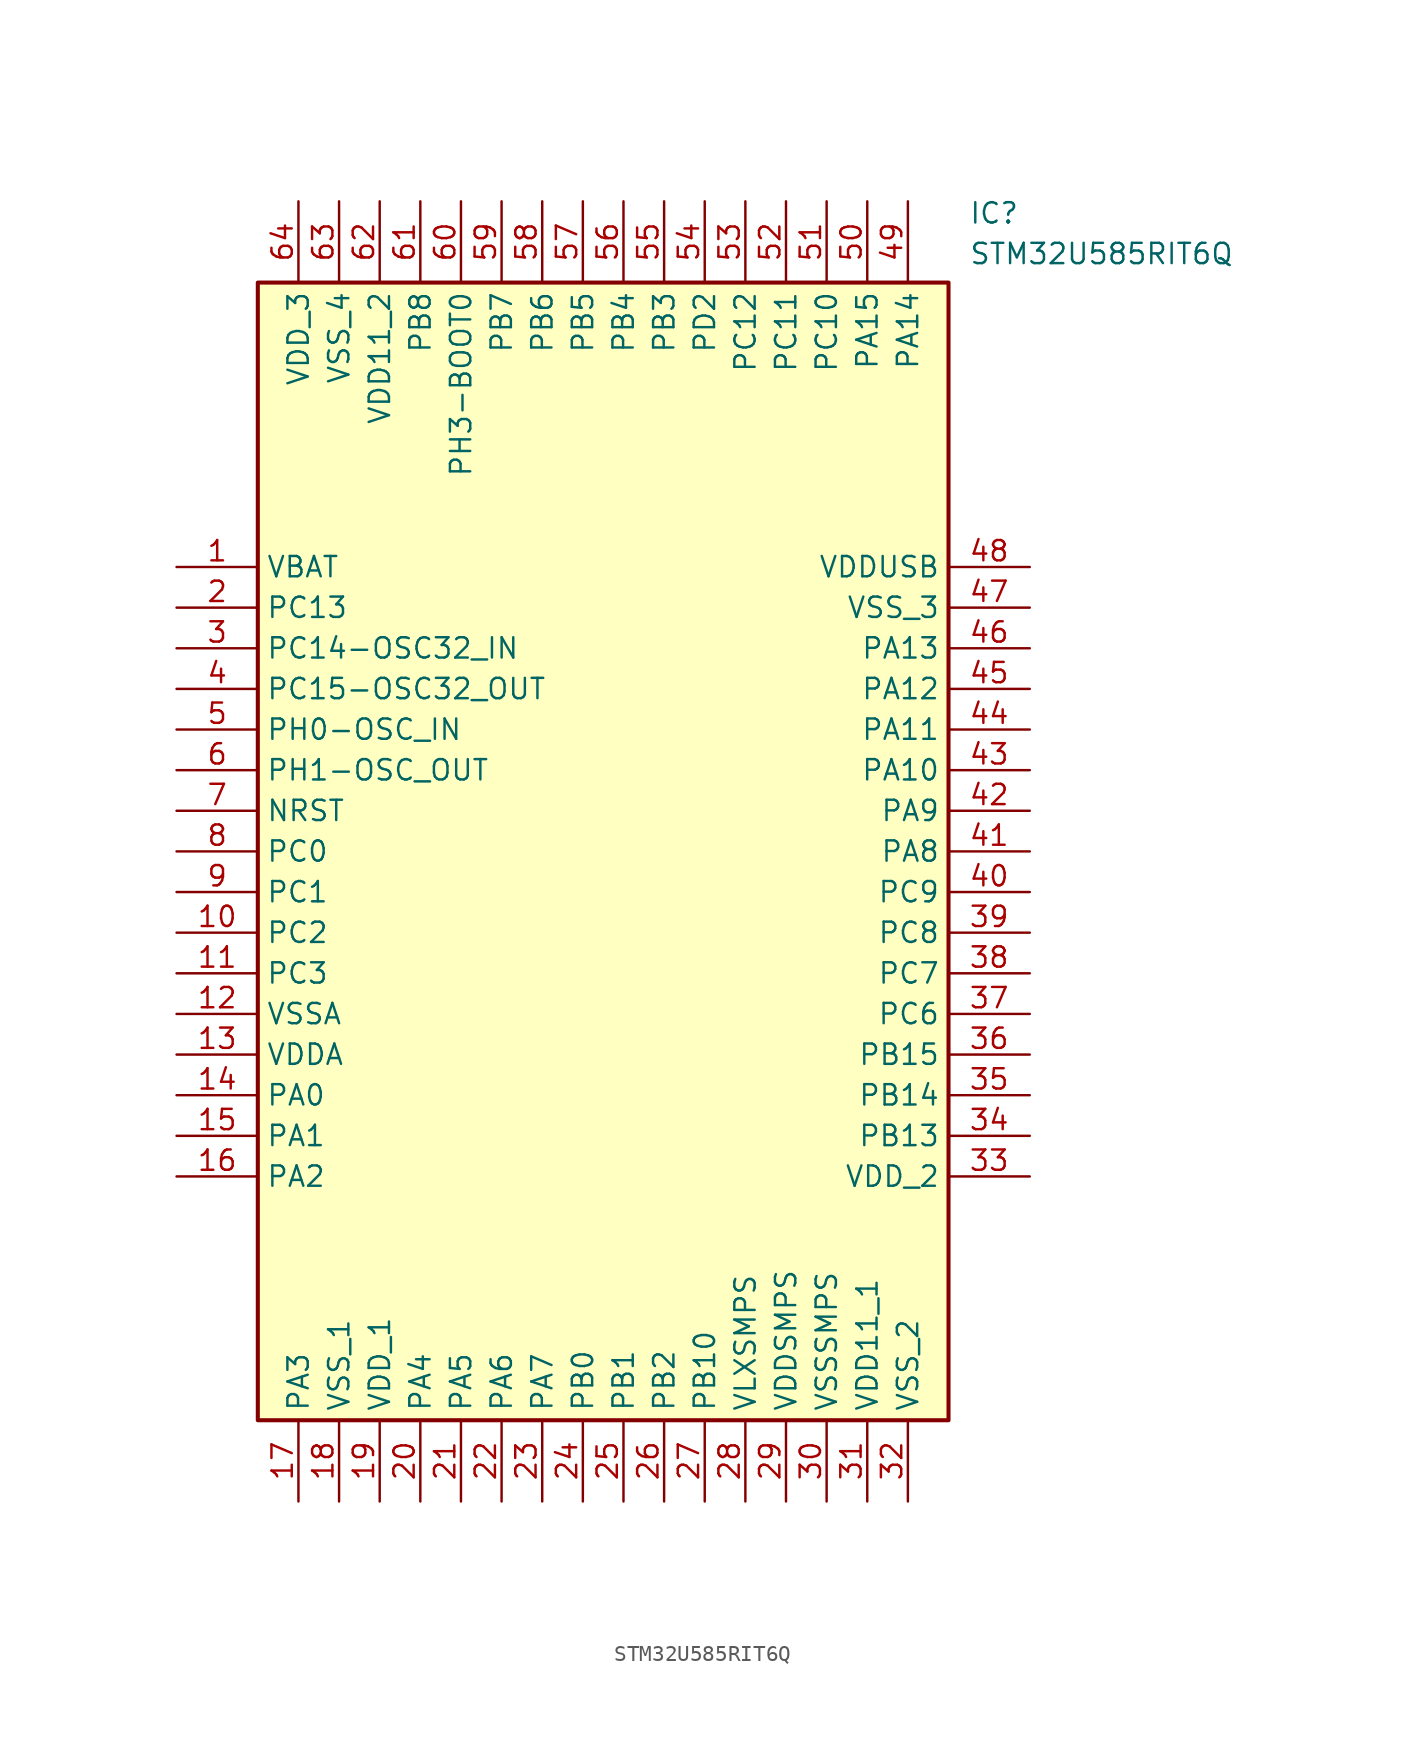
<source format=kicad_sym>
(kicad_symbol_lib
  (version 20211014)
  (generator SamacSys_ECAD_Model)
  (symbol "STM32U585RIT6Q"
    (property "Reference" "IC"
      (at 49.53 22.86 0)
      (effects (font (size 1.27 1.27)) (justify left top)))
    (property "Value" "STM32U585RIT6Q"
      (at 49.53 20.32 0)
      (effects (font (size 1.27 1.27)) (justify left top)))
    (rectangle
      (start 5.08 17.78)
      (end 48.26 -53.34)
      (stroke (width 0.254) (type default))
      (fill (type background)))
    (pin passive line
      (at 0 0 0)
      (length 5.08)
      (name "VBAT" (effects (font (size 1.27 1.27))))
      (number "1" (effects (font (size 1.27 1.27)))))
    (pin passive line
      (at 0 -2.54 0)
      (length 5.08)
      (name "PC13" (effects (font (size 1.27 1.27))))
      (number "2" (effects (font (size 1.27 1.27)))))
    (pin passive line
      (at 0 -5.08 0)
      (length 5.08)
      (name "PC14-OSC32_IN" (effects (font (size 1.27 1.27))))
      (number "3" (effects (font (size 1.27 1.27)))))
    (pin passive line
      (at 0 -7.62 0)
      (length 5.08)
      (name "PC15-OSC32_OUT" (effects (font (size 1.27 1.27))))
      (number "4" (effects (font (size 1.27 1.27)))))
    (pin passive line
      (at 0 -10.16 0)
      (length 5.08)
      (name "PH0-OSC_IN" (effects (font (size 1.27 1.27))))
      (number "5" (effects (font (size 1.27 1.27)))))
    (pin passive line
      (at 0 -12.7 0)
      (length 5.08)
      (name "PH1-OSC_OUT" (effects (font (size 1.27 1.27))))
      (number "6" (effects (font (size 1.27 1.27)))))
    (pin passive line
      (at 0 -15.24 0)
      (length 5.08)
      (name "NRST" (effects (font (size 1.27 1.27))))
      (number "7" (effects (font (size 1.27 1.27)))))
    (pin passive line
      (at 0 -17.78 0)
      (length 5.08)
      (name "PC0" (effects (font (size 1.27 1.27))))
      (number "8" (effects (font (size 1.27 1.27)))))
    (pin passive line
      (at 0 -20.32 0)
      (length 5.08)
      (name "PC1" (effects (font (size 1.27 1.27))))
      (number "9" (effects (font (size 1.27 1.27)))))
    (pin passive line
      (at 0 -22.86 0)
      (length 5.08)
      (name "PC2" (effects (font (size 1.27 1.27))))
      (number "10" (effects (font (size 1.27 1.27)))))
    (pin passive line
      (at 0 -25.4 0)
      (length 5.08)
      (name "PC3" (effects (font (size 1.27 1.27))))
      (number "11" (effects (font (size 1.27 1.27)))))
    (pin passive line
      (at 0 -27.94 0)
      (length 5.08)
      (name "VSSA" (effects (font (size 1.27 1.27))))
      (number "12" (effects (font (size 1.27 1.27)))))
    (pin passive line
      (at 0 -30.48 0)
      (length 5.08)
      (name "VDDA" (effects (font (size 1.27 1.27))))
      (number "13" (effects (font (size 1.27 1.27)))))
    (pin passive line
      (at 0 -33.02 0)
      (length 5.08)
      (name "PA0" (effects (font (size 1.27 1.27))))
      (number "14" (effects (font (size 1.27 1.27)))))
    (pin passive line
      (at 0 -35.56 0)
      (length 5.08)
      (name "PA1" (effects (font (size 1.27 1.27))))
      (number "15" (effects (font (size 1.27 1.27)))))
    (pin passive line
      (at 0 -38.1 0)
      (length 5.08)
      (name "PA2" (effects (font (size 1.27 1.27))))
      (number "16" (effects (font (size 1.27 1.27)))))
    (pin passive line
      (at 7.62 -58.42 90)
      (length 5.08)
      (name "PA3" (effects (font (size 1.27 1.27))))
      (number "17" (effects (font (size 1.27 1.27)))))
    (pin passive line
      (at 10.16 -58.42 90)
      (length 5.08)
      (name "VSS_1" (effects (font (size 1.27 1.27))))
      (number "18" (effects (font (size 1.27 1.27)))))
    (pin passive line
      (at 12.7 -58.42 90)
      (length 5.08)
      (name "VDD_1" (effects (font (size 1.27 1.27))))
      (number "19" (effects (font (size 1.27 1.27)))))
    (pin passive line
      (at 15.24 -58.42 90)
      (length 5.08)
      (name "PA4" (effects (font (size 1.27 1.27))))
      (number "20" (effects (font (size 1.27 1.27)))))
    (pin passive line
      (at 17.78 -58.42 90)
      (length 5.08)
      (name "PA5" (effects (font (size 1.27 1.27))))
      (number "21" (effects (font (size 1.27 1.27)))))
    (pin passive line
      (at 20.32 -58.42 90)
      (length 5.08)
      (name "PA6" (effects (font (size 1.27 1.27))))
      (number "22" (effects (font (size 1.27 1.27)))))
    (pin passive line
      (at 22.86 -58.42 90)
      (length 5.08)
      (name "PA7" (effects (font (size 1.27 1.27))))
      (number "23" (effects (font (size 1.27 1.27)))))
    (pin passive line
      (at 25.4 -58.42 90)
      (length 5.08)
      (name "PB0" (effects (font (size 1.27 1.27))))
      (number "24" (effects (font (size 1.27 1.27)))))
    (pin passive line
      (at 27.94 -58.42 90)
      (length 5.08)
      (name "PB1" (effects (font (size 1.27 1.27))))
      (number "25" (effects (font (size 1.27 1.27)))))
    (pin passive line
      (at 30.48 -58.42 90)
      (length 5.08)
      (name "PB2" (effects (font (size 1.27 1.27))))
      (number "26" (effects (font (size 1.27 1.27)))))
    (pin passive line
      (at 33.02 -58.42 90)
      (length 5.08)
      (name "PB10" (effects (font (size 1.27 1.27))))
      (number "27" (effects (font (size 1.27 1.27)))))
    (pin passive line
      (at 35.56 -58.42 90)
      (length 5.08)
      (name "VLXSMPS" (effects (font (size 1.27 1.27))))
      (number "28" (effects (font (size 1.27 1.27)))))
    (pin passive line
      (at 38.1 -58.42 90)
      (length 5.08)
      (name "VDDSMPS" (effects (font (size 1.27 1.27))))
      (number "29" (effects (font (size 1.27 1.27)))))
    (pin passive line
      (at 40.64 -58.42 90)
      (length 5.08)
      (name "VSSSMPS" (effects (font (size 1.27 1.27))))
      (number "30" (effects (font (size 1.27 1.27)))))
    (pin passive line
      (at 43.18 -58.42 90)
      (length 5.08)
      (name "VDD11_1" (effects (font (size 1.27 1.27))))
      (number "31" (effects (font (size 1.27 1.27)))))
    (pin passive line
      (at 45.72 -58.42 90)
      (length 5.08)
      (name "VSS_2" (effects (font (size 1.27 1.27))))
      (number "32" (effects (font (size 1.27 1.27)))))
    (pin passive line
      (at 53.34 0 180)
      (length 5.08)
      (name "VDDUSB" (effects (font (size 1.27 1.27))))
      (number "48" (effects (font (size 1.27 1.27)))))
    (pin passive line
      (at 53.34 -2.54 180)
      (length 5.08)
      (name "VSS_3" (effects (font (size 1.27 1.27))))
      (number "47" (effects (font (size 1.27 1.27)))))
    (pin passive line
      (at 53.34 -5.08 180)
      (length 5.08)
      (name "PA13" (effects (font (size 1.27 1.27))))
      (number "46" (effects (font (size 1.27 1.27)))))
    (pin passive line
      (at 53.34 -7.62 180)
      (length 5.08)
      (name "PA12" (effects (font (size 1.27 1.27))))
      (number "45" (effects (font (size 1.27 1.27)))))
    (pin passive line
      (at 53.34 -10.16 180)
      (length 5.08)
      (name "PA11" (effects (font (size 1.27 1.27))))
      (number "44" (effects (font (size 1.27 1.27)))))
    (pin passive line
      (at 53.34 -12.7 180)
      (length 5.08)
      (name "PA10" (effects (font (size 1.27 1.27))))
      (number "43" (effects (font (size 1.27 1.27)))))
    (pin passive line
      (at 53.34 -15.24 180)
      (length 5.08)
      (name "PA9" (effects (font (size 1.27 1.27))))
      (number "42" (effects (font (size 1.27 1.27)))))
    (pin passive line
      (at 53.34 -17.78 180)
      (length 5.08)
      (name "PA8" (effects (font (size 1.27 1.27))))
      (number "41" (effects (font (size 1.27 1.27)))))
    (pin passive line
      (at 53.34 -20.32 180)
      (length 5.08)
      (name "PC9" (effects (font (size 1.27 1.27))))
      (number "40" (effects (font (size 1.27 1.27)))))
    (pin passive line
      (at 53.34 -22.86 180)
      (length 5.08)
      (name "PC8" (effects (font (size 1.27 1.27))))
      (number "39" (effects (font (size 1.27 1.27)))))
    (pin passive line
      (at 53.34 -25.4 180)
      (length 5.08)
      (name "PC7" (effects (font (size 1.27 1.27))))
      (number "38" (effects (font (size 1.27 1.27)))))
    (pin passive line
      (at 53.34 -27.94 180)
      (length 5.08)
      (name "PC6" (effects (font (size 1.27 1.27))))
      (number "37" (effects (font (size 1.27 1.27)))))
    (pin passive line
      (at 53.34 -30.48 180)
      (length 5.08)
      (name "PB15" (effects (font (size 1.27 1.27))))
      (number "36" (effects (font (size 1.27 1.27)))))
    (pin passive line
      (at 53.34 -33.02 180)
      (length 5.08)
      (name "PB14" (effects (font (size 1.27 1.27))))
      (number "35" (effects (font (size 1.27 1.27)))))
    (pin passive line
      (at 53.34 -35.56 180)
      (length 5.08)
      (name "PB13" (effects (font (size 1.27 1.27))))
      (number "34" (effects (font (size 1.27 1.27)))))
    (pin passive line
      (at 53.34 -38.1 180)
      (length 5.08)
      (name "VDD_2" (effects (font (size 1.27 1.27))))
      (number "33" (effects (font (size 1.27 1.27)))))
    (pin passive line
      (at 7.62 22.86 270)
      (length 5.08)
      (name "VDD_3" (effects (font (size 1.27 1.27))))
      (number "64" (effects (font (size 1.27 1.27)))))
    (pin passive line
      (at 10.16 22.86 270)
      (length 5.08)
      (name "VSS_4" (effects (font (size 1.27 1.27))))
      (number "63" (effects (font (size 1.27 1.27)))))
    (pin passive line
      (at 12.7 22.86 270)
      (length 5.08)
      (name "VDD11_2" (effects (font (size 1.27 1.27))))
      (number "62" (effects (font (size 1.27 1.27)))))
    (pin passive line
      (at 15.24 22.86 270)
      (length 5.08)
      (name "PB8" (effects (font (size 1.27 1.27))))
      (number "61" (effects (font (size 1.27 1.27)))))
    (pin passive line
      (at 17.78 22.86 270)
      (length 5.08)
      (name "PH3-BOOT0" (effects (font (size 1.27 1.27))))
      (number "60" (effects (font (size 1.27 1.27)))))
    (pin passive line
      (at 20.32 22.86 270)
      (length 5.08)
      (name "PB7" (effects (font (size 1.27 1.27))))
      (number "59" (effects (font (size 1.27 1.27)))))
    (pin passive line
      (at 22.86 22.86 270)
      (length 5.08)
      (name "PB6" (effects (font (size 1.27 1.27))))
      (number "58" (effects (font (size 1.27 1.27)))))
    (pin passive line
      (at 25.4 22.86 270)
      (length 5.08)
      (name "PB5" (effects (font (size 1.27 1.27))))
      (number "57" (effects (font (size 1.27 1.27)))))
    (pin passive line
      (at 27.94 22.86 270)
      (length 5.08)
      (name "PB4" (effects (font (size 1.27 1.27))))
      (number "56" (effects (font (size 1.27 1.27)))))
    (pin passive line
      (at 30.48 22.86 270)
      (length 5.08)
      (name "PB3" (effects (font (size 1.27 1.27))))
      (number "55" (effects (font (size 1.27 1.27)))))
    (pin passive line
      (at 33.02 22.86 270)
      (length 5.08)
      (name "PD2" (effects (font (size 1.27 1.27))))
      (number "54" (effects (font (size 1.27 1.27)))))
    (pin passive line
      (at 35.56 22.86 270)
      (length 5.08)
      (name "PC12" (effects (font (size 1.27 1.27))))
      (number "53" (effects (font (size 1.27 1.27)))))
    (pin passive line
      (at 38.1 22.86 270)
      (length 5.08)
      (name "PC11" (effects (font (size 1.27 1.27))))
      (number "52" (effects (font (size 1.27 1.27)))))
    (pin passive line
      (at 40.64 22.86 270)
      (length 5.08)
      (name "PC10" (effects (font (size 1.27 1.27))))
      (number "51" (effects (font (size 1.27 1.27)))))
    (pin passive line
      (at 43.18 22.86 270)
      (length 5.08)
      (name "PA15" (effects (font (size 1.27 1.27))))
      (number "50" (effects (font (size 1.27 1.27)))))
    (pin passive line
      (at 45.72 22.86 270)
      (length 5.08)
      (name "PA14" (effects (font (size 1.27 1.27))))
      (number "49" (effects (font (size 1.27 1.27)))))))
</source>
